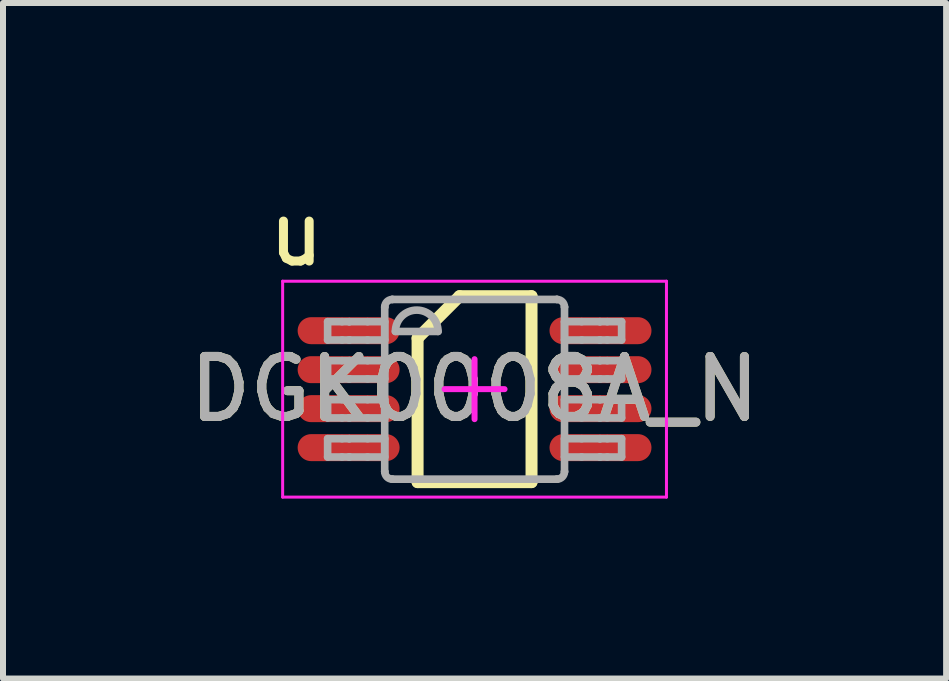
<source format=kicad_pcb>
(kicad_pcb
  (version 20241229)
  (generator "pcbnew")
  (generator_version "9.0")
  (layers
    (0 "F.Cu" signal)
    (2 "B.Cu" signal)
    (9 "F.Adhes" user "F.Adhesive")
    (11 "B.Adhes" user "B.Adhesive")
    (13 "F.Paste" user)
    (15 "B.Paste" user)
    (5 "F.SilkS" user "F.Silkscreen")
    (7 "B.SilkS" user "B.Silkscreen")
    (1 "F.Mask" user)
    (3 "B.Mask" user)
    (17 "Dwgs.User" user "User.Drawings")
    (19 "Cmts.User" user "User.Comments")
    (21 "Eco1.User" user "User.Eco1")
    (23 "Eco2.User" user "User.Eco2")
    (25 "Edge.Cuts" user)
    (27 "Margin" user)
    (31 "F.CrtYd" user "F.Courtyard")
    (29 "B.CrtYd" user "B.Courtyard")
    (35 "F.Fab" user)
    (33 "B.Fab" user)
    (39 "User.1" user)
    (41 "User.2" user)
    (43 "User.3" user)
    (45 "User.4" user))
  (footprint "DGK0008A_N"
    (layer "F.Cu")
    (at 4.863 3.439)
    (property "Reference" "DGK0008A_N" (at 0 0 0) (unlocked yes) (layer "F.SilkS") (effects (font (size 1 1) (thickness 0.15))))
    (attr smd)
    (fp_line (start -0.95 -0.85) (end -0.25 -1.55) (stroke (width 0.2) (type solid)) (layer "F.SilkS"))
    (fp_line (start -0.95 1.55) (end -0.95 -0.85) (stroke (width 0.2) (type solid)) (layer "F.SilkS"))
    (fp_line (start -0.95 1.55) (end 0.95 1.55) (stroke (width 0.2) (type solid)) (layer "F.SilkS"))
    (fp_line (start -0.25 -1.55) (end 0.95 -1.55) (stroke (width 0.2) (type solid)) (layer "F.SilkS"))
    (fp_line (start 0.95 1.55) (end 0.95 -1.55) (stroke (width 0.2) (type solid)) (layer "F.SilkS"))
    (fp_line (start -3.2 -1.8) (end 3.2 -1.8) (stroke (width 0.05) (type solid)) (layer "F.CrtYd"))
    (fp_line (start -3.2 1.8) (end -3.2 -1.8) (stroke (width 0.05) (type solid)) (layer "F.CrtYd"))
    (fp_line (start -3.2 1.8) (end 3.2 1.8) (stroke (width 0.05) (type solid)) (layer "F.CrtYd"))
    (fp_line (start -0.5 -0.000003) (end 0.5 -0.000003) (stroke (width 0.1) (type solid)) (layer "F.CrtYd"))
    (fp_line (start 0.000003 0.5) (end 0.000003 -0.5) (stroke (width 0.1) (type solid)) (layer "F.CrtYd"))
    (fp_line (start 3.2 1.8) (end 3.2 -1.8) (stroke (width 0.05) (type solid)) (layer "F.CrtYd"))
    (fp_line (start -2.45 -1.125) (end -2.21 -1.125) (stroke (width 0.127) (type solid)) (layer "F.Fab"))
    (fp_line (start -2.45 -0.82) (end -2.45 -1.125) (stroke (width 0.127) (type solid)) (layer "F.Fab"))
    (fp_line (start -2.45 -0.82) (end -2.21 -0.82) (stroke (width 0.127) (type solid)) (layer "F.Fab"))
    (fp_line (start -2.45 -0.475) (end -2.21 -0.475) (stroke (width 0.127) (type solid)) (layer "F.Fab"))
    (fp_line (start -2.45 -0.17) (end -2.45 -0.475) (stroke (width 0.127) (type solid)) (layer "F.Fab"))
    (fp_line (start -2.45 -0.17) (end -2.21 -0.17) (stroke (width 0.127) (type solid)) (layer "F.Fab"))
    (fp_line (start -2.45 0.175) (end -2.21 0.175) (stroke (width 0.127) (type solid)) (layer "F.Fab"))
    (fp_line (start -2.45 0.48) (end -2.45 0.175) (stroke (width 0.127) (type solid)) (layer "F.Fab"))
    (fp_line (start -2.45 0.48) (end -2.21 0.48) (stroke (width 0.127) (type solid)) (layer "F.Fab"))
    (fp_line (start -2.45 0.826) (end -2.21 0.826) (stroke (width 0.127) (type solid)) (layer "F.Fab"))
    (fp_line (start -2.45 1.131) (end -2.45 0.826) (stroke (width 0.127) (type solid)) (layer "F.Fab"))
    (fp_line (start -2.45 1.131) (end -2.21 1.131) (stroke (width 0.127) (type solid)) (layer "F.Fab"))
    (fp_line (start -2.21 -1.125) (end -2.091 -1.125) (stroke (width 0.127) (type solid)) (layer "F.Fab"))
    (fp_line (start -2.21 -0.82) (end -2.091 -0.82) (stroke (width 0.127) (type solid)) (layer "F.Fab"))
    (fp_line (start -2.21 -0.475) (end -2.091 -0.475) (stroke (width 0.127) (type solid)) (layer "F.Fab"))
    (fp_line (start -2.21 -0.17) (end -2.091 -0.17) (stroke (width 0.127) (type solid)) (layer "F.Fab"))
    (fp_line (start -2.21 0.175) (end -2.091 0.175) (stroke (width 0.127) (type solid)) (layer "F.Fab"))
    (fp_line (start -2.21 0.48) (end -2.091 0.48) (stroke (width 0.127) (type solid)) (layer "F.Fab"))
    (fp_line (start -2.21 0.826) (end -2.091 0.826) (stroke (width 0.127) (type solid)) (layer "F.Fab"))
    (fp_line (start -2.21 1.131) (end -2.091 1.131) (stroke (width 0.127) (type solid)) (layer "F.Fab"))
    (fp_line (start -2.091 -1.125) (end -2.087 -1.125) (stroke (width 0.127) (type solid)) (layer "F.Fab"))
    (fp_line (start -2.091 -0.82) (end -2.087 -0.82) (stroke (width 0.127) (type solid)) (layer "F.Fab"))
    (fp_line (start -2.091 -0.475) (end -2.087 -0.475) (stroke (width 0.127) (type solid)) (layer "F.Fab"))
    (fp_line (start -2.091 -0.17) (end -2.087 -0.17) (stroke (width 0.127) (type solid)) (layer "F.Fab"))
    (fp_line (start -2.091 0.175) (end -2.087 0.175) (stroke (width 0.127) (type solid)) (layer "F.Fab"))
    (fp_line (start -2.091 0.48) (end -2.087 0.48) (stroke (width 0.127) (type solid)) (layer "F.Fab"))
    (fp_line (start -2.091 0.826) (end -2.087 0.826) (stroke (width 0.127) (type solid)) (layer "F.Fab"))
    (fp_line (start -2.091 1.131) (end -2.087 1.131) (stroke (width 0.127) (type solid)) (layer "F.Fab"))
    (fp_line (start -2.087 -1.125) (end -1.784 -1.125) (stroke (width 0.127) (type solid)) (layer "F.Fab"))
    (fp_line (start -2.087 -0.82) (end -1.784 -0.82) (stroke (width 0.127) (type solid)) (layer "F.Fab"))
    (fp_line (start -2.087 -0.475) (end -1.784 -0.475) (stroke (width 0.127) (type solid)) (layer "F.Fab"))
    (fp_line (start -2.087 -0.17) (end -1.784 -0.17) (stroke (width 0.127) (type solid)) (layer "F.Fab"))
    (fp_line (start -2.087 0.175) (end -1.784 0.175) (stroke (width 0.127) (type solid)) (layer "F.Fab"))
    (fp_line (start -2.087 0.48) (end -1.784 0.48) (stroke (width 0.127) (type solid)) (layer "F.Fab"))
    (fp_line (start -2.087 0.826) (end -1.784 0.826) (stroke (width 0.127) (type solid)) (layer "F.Fab"))
    (fp_line (start -2.087 1.131) (end -1.784 1.131) (stroke (width 0.127) (type solid)) (layer "F.Fab"))
    (fp_line (start -1.784 -1.125) (end -1.498 -1.125) (stroke (width 0.127) (type solid)) (layer "F.Fab"))
    (fp_line (start -1.784 -0.82) (end -1.498 -0.82) (stroke (width 0.127) (type solid)) (layer "F.Fab"))
    (fp_line (start -1.784 -0.475) (end -1.498 -0.475) (stroke (width 0.127) (type solid)) (layer "F.Fab"))
    (fp_line (start -1.784 -0.17) (end -1.498 -0.17) (stroke (width 0.127) (type solid)) (layer "F.Fab"))
    (fp_line (start -1.784 0.175) (end -1.498 0.175) (stroke (width 0.127) (type solid)) (layer "F.Fab"))
    (fp_line (start -1.784 0.48) (end -1.498 0.48) (stroke (width 0.127) (type solid)) (layer "F.Fab"))
    (fp_line (start -1.784 0.826) (end -1.498 0.826) (stroke (width 0.127) (type solid)) (layer "F.Fab"))
    (fp_line (start -1.784 1.131) (end -1.498 1.131) (stroke (width 0.127) (type solid)) (layer "F.Fab"))
    (fp_line (start -1.498 -1.369) (end -1.497 -1.372) (stroke (width 0.127) (type solid)) (layer "F.Fab"))
    (fp_line (start -1.498 -0.82) (end -1.498 -1.125) (stroke (width 0.127) (type solid)) (layer "F.Fab"))
    (fp_line (start -1.498 -0.17) (end -1.498 -0.475) (stroke (width 0.127) (type solid)) (layer "F.Fab"))
    (fp_line (start -1.498 0.48) (end -1.498 0.175) (stroke (width 0.127) (type solid)) (layer "F.Fab"))
    (fp_line (start -1.498 1.131) (end -1.498 0.826) (stroke (width 0.127) (type solid)) (layer "F.Fab"))
    (fp_line (start -1.498 1.374) (end -1.498 -1.369) (stroke (width 0.127) (type solid)) (layer "F.Fab"))
    (fp_line (start -1.498 1.374) (end -1.497 1.377) (stroke (width 0.127) (type solid)) (layer "F.Fab"))
    (fp_line (start -1.373 -1.496) (end -1.371 -1.496) (stroke (width 0.127) (type solid)) (layer "F.Fab"))
    (fp_line (start -1.373 1.501) (end -1.371 1.501) (stroke (width 0.127) (type solid)) (layer "F.Fab"))
    (fp_line (start -1.371 -1.496) (end 1.373 -1.496) (stroke (width 0.127) (type solid)) (layer "F.Fab"))
    (fp_line (start -1.371 1.501) (end 1.373 1.501) (stroke (width 0.127) (type solid)) (layer "F.Fab"))
    (fp_line (start -1.32 -0.962) (end -0.609 -0.962) (stroke (width 0.127) (type solid)) (layer "F.Fab"))
    (fp_line (start 1.373 -1.496) (end 1.375 -1.496) (stroke (width 0.127) (type solid)) (layer "F.Fab"))
    (fp_line (start 1.373 1.501) (end 1.375 1.501) (stroke (width 0.127) (type solid)) (layer "F.Fab"))
    (fp_line (start 1.5 -1.372) (end 1.5 -1.369) (stroke (width 0.127) (type solid)) (layer "F.Fab"))
    (fp_line (start 1.5 1.377) (end 1.5 1.374) (stroke (width 0.127) (type solid)) (layer "F.Fab"))
    (fp_line (start 1.5 -1.125) (end 1.786 -1.125) (stroke (width 0.127) (type solid)) (layer "F.Fab"))
    (fp_line (start 1.5 -0.82) (end 1.5 -1.125) (stroke (width 0.127) (type solid)) (layer "F.Fab"))
    (fp_line (start 1.5 -0.82) (end 1.786 -0.82) (stroke (width 0.127) (type solid)) (layer "F.Fab"))
    (fp_line (start 1.5 -0.475) (end 1.786 -0.475) (stroke (width 0.127) (type solid)) (layer "F.Fab"))
    (fp_line (start 1.5 -0.17) (end 1.5 -0.475) (stroke (width 0.127) (type solid)) (layer "F.Fab"))
    (fp_line (start 1.5 -0.17) (end 1.786 -0.17) (stroke (width 0.127) (type solid)) (layer "F.Fab"))
    (fp_line (start 1.5 0.175) (end 1.786 0.175) (stroke (width 0.127) (type solid)) (layer "F.Fab"))
    (fp_line (start 1.5 0.48) (end 1.5 0.175) (stroke (width 0.127) (type solid)) (layer "F.Fab"))
    (fp_line (start 1.5 0.48) (end 1.786 0.48) (stroke (width 0.127) (type solid)) (layer "F.Fab"))
    (fp_line (start 1.5 0.826) (end 1.786 0.826) (stroke (width 0.127) (type solid)) (layer "F.Fab"))
    (fp_line (start 1.5 1.131) (end 1.5 0.826) (stroke (width 0.127) (type solid)) (layer "F.Fab"))
    (fp_line (start 1.5 1.131) (end 1.786 1.131) (stroke (width 0.127) (type solid)) (layer "F.Fab"))
    (fp_line (start 1.5 1.374) (end 1.5 -1.369) (stroke (width 0.127) (type solid)) (layer "F.Fab"))
    (fp_line (start 1.786 -1.125) (end 2.089 -1.125) (stroke (width 0.127) (type solid)) (layer "F.Fab"))
    (fp_line (start 1.786 -0.82) (end 2.089 -0.82) (stroke (width 0.127) (type solid)) (layer "F.Fab"))
    (fp_line (start 1.786 -0.475) (end 2.089 -0.475) (stroke (width 0.127) (type solid)) (layer "F.Fab"))
    (fp_line (start 1.786 -0.17) (end 2.089 -0.17) (stroke (width 0.127) (type solid)) (layer "F.Fab"))
    (fp_line (start 1.786 0.175) (end 2.089 0.175) (stroke (width 0.127) (type solid)) (layer "F.Fab"))
    (fp_line (start 1.786 0.48) (end 2.089 0.48) (stroke (width 0.127) (type solid)) (layer "F.Fab"))
    (fp_line (start 1.786 0.826) (end 2.089 0.826) (stroke (width 0.127) (type solid)) (layer "F.Fab"))
    (fp_line (start 1.786 1.131) (end 2.089 1.131) (stroke (width 0.127) (type solid)) (layer "F.Fab"))
    (fp_line (start 2.089 -1.125) (end 2.093 -1.125) (stroke (width 0.127) (type solid)) (layer "F.Fab"))
    (fp_line (start 2.089 -0.82) (end 2.093 -0.82) (stroke (width 0.127) (type solid)) (layer "F.Fab"))
    (fp_line (start 2.089 -0.475) (end 2.093 -0.475) (stroke (width 0.127) (type solid)) (layer "F.Fab"))
    (fp_line (start 2.089 -0.17) (end 2.093 -0.17) (stroke (width 0.127) (type solid)) (layer "F.Fab"))
    (fp_line (start 2.089 0.175) (end 2.093 0.175) (stroke (width 0.127) (type solid)) (layer "F.Fab"))
    (fp_line (start 2.089 0.48) (end 2.093 0.48) (stroke (width 0.127) (type solid)) (layer "F.Fab"))
    (fp_line (start 2.089 0.826) (end 2.093 0.826) (stroke (width 0.127) (type solid)) (layer "F.Fab"))
    (fp_line (start 2.089 1.131) (end 2.093 1.131) (stroke (width 0.127) (type solid)) (layer "F.Fab"))
    (fp_line (start 2.093 -1.125) (end 2.213 -1.125) (stroke (width 0.127) (type solid)) (layer "F.Fab"))
    (fp_line (start 2.093 -0.82) (end 2.213 -0.82) (stroke (width 0.127) (type solid)) (layer "F.Fab"))
    (fp_line (start 2.093 -0.475) (end 2.213 -0.475) (stroke (width 0.127) (type solid)) (layer "F.Fab"))
    (fp_line (start 2.093 -0.17) (end 2.213 -0.17) (stroke (width 0.127) (type solid)) (layer "F.Fab"))
    (fp_line (start 2.093 0.175) (end 2.213 0.175) (stroke (width 0.127) (type solid)) (layer "F.Fab"))
    (fp_line (start 2.093 0.48) (end 2.213 0.48) (stroke (width 0.127) (type solid)) (layer "F.Fab"))
    (fp_line (start 2.093 0.826) (end 2.213 0.826) (stroke (width 0.127) (type solid)) (layer "F.Fab"))
    (fp_line (start 2.093 1.131) (end 2.213 1.131) (stroke (width 0.127) (type solid)) (layer "F.Fab"))
    (fp_line (start 2.213 -1.125) (end 2.452 -1.125) (stroke (width 0.127) (type solid)) (layer "F.Fab"))
    (fp_line (start 2.213 -0.82) (end 2.452 -0.82) (stroke (width 0.127) (type solid)) (layer "F.Fab"))
    (fp_line (start 2.213 -0.475) (end 2.452 -0.475) (stroke (width 0.127) (type solid)) (layer "F.Fab"))
    (fp_line (start 2.213 -0.17) (end 2.452 -0.17) (stroke (width 0.127) (type solid)) (layer "F.Fab"))
    (fp_line (start 2.213 0.175) (end 2.452 0.175) (stroke (width 0.127) (type solid)) (layer "F.Fab"))
    (fp_line (start 2.213 0.48) (end 2.452 0.48) (stroke (width 0.127) (type solid)) (layer "F.Fab"))
    (fp_line (start 2.213 0.826) (end 2.452 0.826) (stroke (width 0.127) (type solid)) (layer "F.Fab"))
    (fp_line (start 2.213 1.131) (end 2.452 1.131) (stroke (width 0.127) (type solid)) (layer "F.Fab"))
    (fp_line (start 2.452 -0.82) (end 2.452 -1.125) (stroke (width 0.127) (type solid)) (layer "F.Fab"))
    (fp_line (start 2.452 -0.17) (end 2.452 -0.475) (stroke (width 0.127) (type solid)) (layer "F.Fab"))
    (fp_line (start 2.452 0.48) (end 2.452 0.175) (stroke (width 0.127) (type solid)) (layer "F.Fab"))
    (fp_line (start 2.452 1.131) (end 2.452 0.826) (stroke (width 0.127) (type solid)) (layer "F.Fab"))
    (fp_arc (start -1.497476 -1.371582) (mid -1.460306 -1.458644) (end -1.373243 -1.495814) (stroke (width 0.127) (type solid)) (layer "F.Fab"))
    (fp_arc (start -1.373243 1.501336) (mid -1.460306 1.464166) (end -1.497476 1.377104) (stroke (width 0.127) (type solid)) (layer "F.Fab"))
    (fp_arc (start -1.3197 -0.962439) (mid -0.9641 -1.318039) (end -0.6085 -0.962439) (stroke (width 0.127) (type solid)) (layer "F.Fab"))
    (fp_arc (start 1.375443 -1.495814) (mid 1.462505 -1.458644) (end 1.499675 -1.371582) (stroke (width 0.127) (type solid)) (layer "F.Fab"))
    (fp_arc (start 1.499675 1.377104) (mid 1.462505 1.464166) (end 1.375443 1.501336) (stroke (width 0.127) (type solid)) (layer "F.Fab"))
    (fp_text user "u" (at -2.972 -2.591 0) (unlocked yes) (layer "F.SilkS") (effects (font (size 1 1) (thickness 0.15))))
    (fp_text user "${REFERENCE}" (at 0 0 0) (unlocked yes) (layer "F.Fab") (effects (font (size 1 1) (thickness 0.15))))
    (pad "1" smd oval (at -2.1 -0.975 90) (size 0.45 1.7) (layers "F.Cu" "F.Mask" "F.Paste"))
    (pad "2" smd oval (at -2.1 -0.325 90) (size 0.45 1.7) (layers "F.Cu" "F.Mask" "F.Paste"))
    (pad "3" smd oval (at -2.1 0.325 90) (size 0.45 1.7) (layers "F.Cu" "F.Mask" "F.Paste"))
    (pad "4" smd oval (at -2.1 0.975 90) (size 0.45 1.7) (layers "F.Cu" "F.Mask" "F.Paste"))
    (pad "5" smd oval (at 2.1 0.975 90) (size 0.45 1.7) (layers "F.Cu" "F.Mask" "F.Paste"))
    (pad "6" smd oval (at 2.1 0.325 90) (size 0.45 1.7) (layers "F.Cu" "F.Mask" "F.Paste"))
    (pad "7" smd oval (at 2.1 -0.325 90) (size 0.45 1.7) (layers "F.Cu" "F.Mask" "F.Paste"))
    (pad "8" smd oval (at 2.1 -0.975 90) (size 0.45 1.7) (layers "F.Cu" "F.Mask" "F.Paste")))
  (gr_rect
    (start -3 -3)
    (end 12.726 8.264)
    (stroke (width 0.1) (type default))
    (fill no)
    (layer "Edge.Cuts")))
</source>
